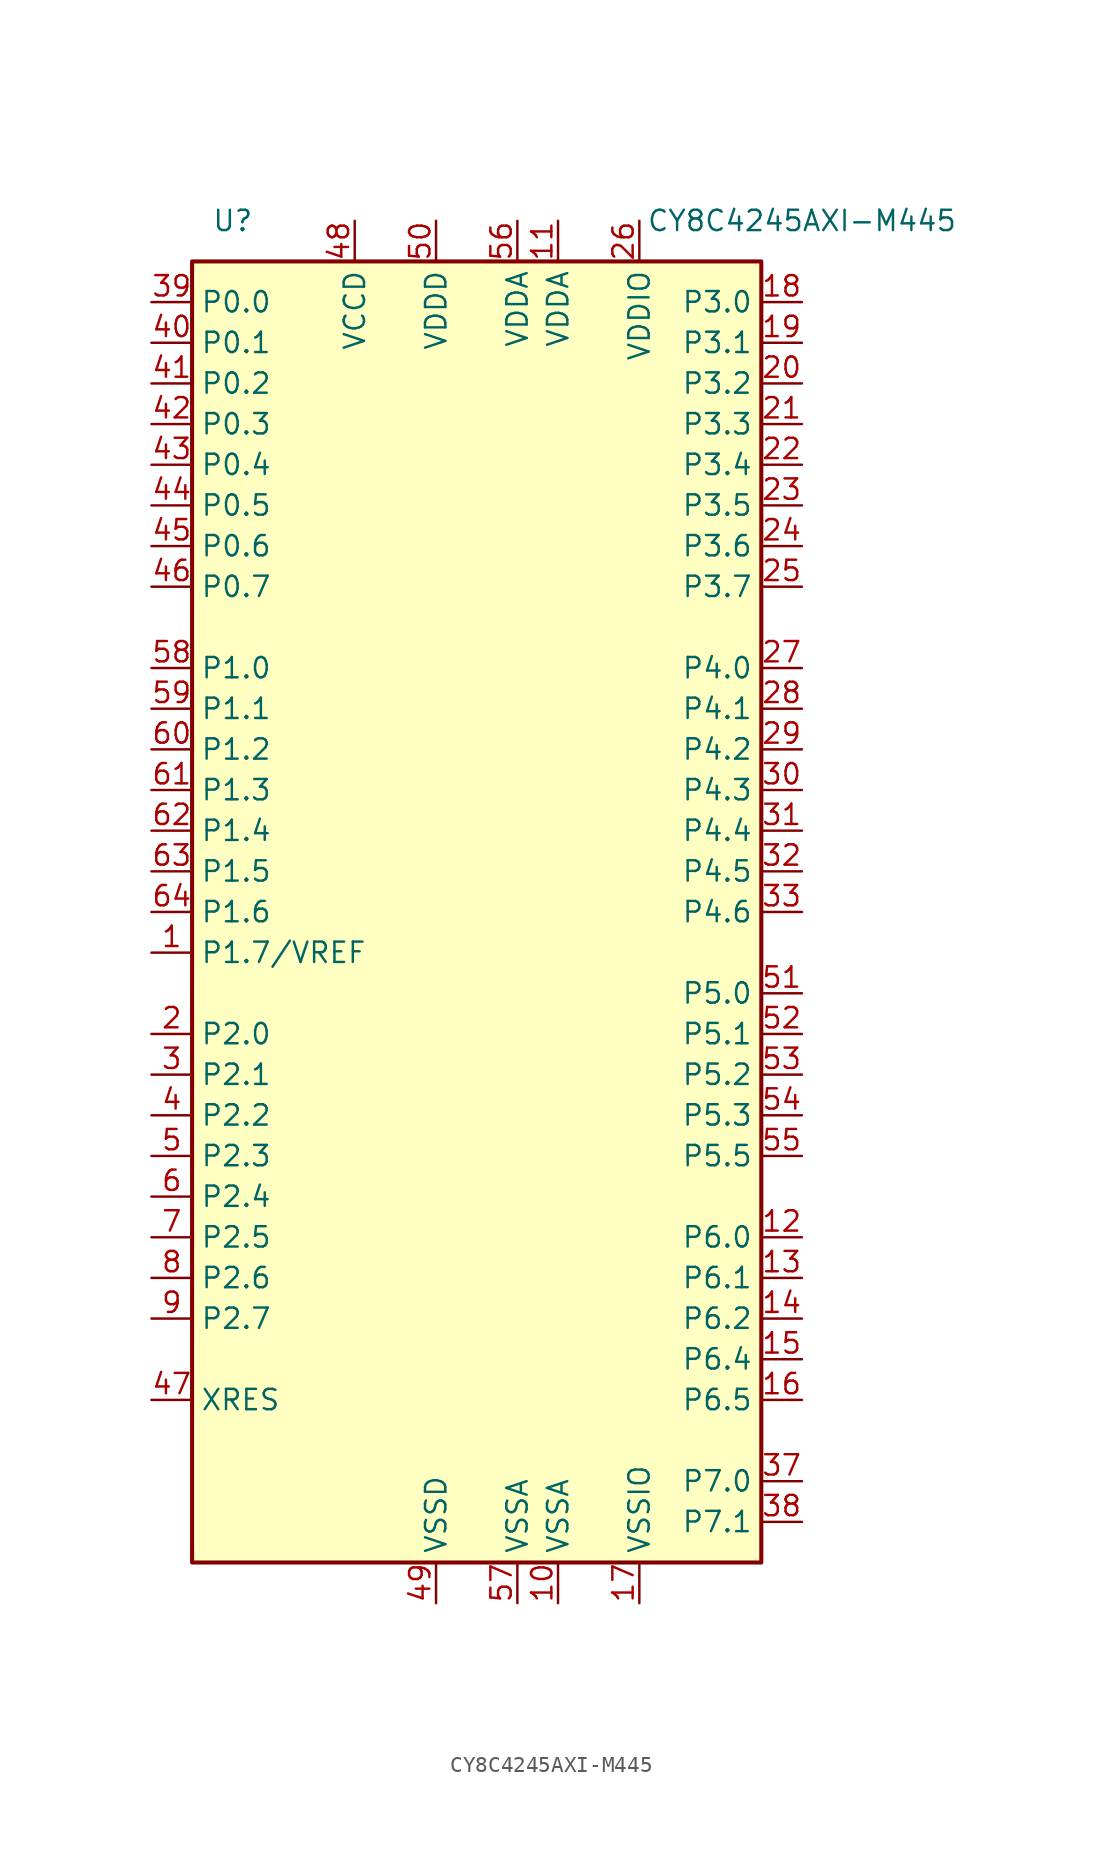
<source format=kicad_sym>
(kicad_symbol_lib
  (version 20241209)
  (generator "kicad_symbol_editor")
  (generator_version "9.0")
  (symbol "CY8C4245AXI-M445"
    (property "Reference" "U"
      (at -15.24 43.18 0)
      (effects (font (size 1.27 1.27))))
    (property "Value" "CY8C4245AXI-M445"
      (at 20.32 43.18 0)
      (effects (font (size 1.27 1.27))))
    (symbol "CY8C4245AXI-M445_0_1"
      (rectangle (start -17.78 40.64) (end 17.78 -40.64) (stroke (width 0.254) (type default)) (fill (type background))))
    (symbol "CY8C4245AXI-M445_1_1"
      (pin bidirectional line (at -20.32 38.1 0) (length 2.54) (name "P0.0" (effects (font (size 1.27 1.27)))) (number "39" (effects (font (size 1.27 1.27)))))
      (pin bidirectional line (at -20.32 35.56 0) (length 2.54) (name "P0.1" (effects (font (size 1.27 1.27)))) (number "40" (effects (font (size 1.27 1.27)))))
      (pin bidirectional line (at -20.32 33.02 0) (length 2.54) (name "P0.2" (effects (font (size 1.27 1.27)))) (number "41" (effects (font (size 1.27 1.27)))))
      (pin bidirectional line (at -20.32 30.48 0) (length 2.54) (name "P0.3" (effects (font (size 1.27 1.27)))) (number "42" (effects (font (size 1.27 1.27)))))
      (pin bidirectional line (at -20.32 27.94 0) (length 2.54) (name "P0.4" (effects (font (size 1.27 1.27)))) (number "43" (effects (font (size 1.27 1.27)))))
      (pin bidirectional line (at -20.32 25.4 0) (length 2.54) (name "P0.5" (effects (font (size 1.27 1.27)))) (number "44" (effects (font (size 1.27 1.27)))))
      (pin bidirectional line (at -20.32 22.86 0) (length 2.54) (name "P0.6" (effects (font (size 1.27 1.27)))) (number "45" (effects (font (size 1.27 1.27)))))
      (pin bidirectional line (at -20.32 20.32 0) (length 2.54) (name "P0.7" (effects (font (size 1.27 1.27)))) (number "46" (effects (font (size 1.27 1.27)))))
      (pin bidirectional line (at -20.32 15.24 0) (length 2.54) (name "P1.0" (effects (font (size 1.27 1.27)))) (number "58" (effects (font (size 1.27 1.27)))))
      (pin bidirectional line (at -20.32 12.7 0) (length 2.54) (name "P1.1" (effects (font (size 1.27 1.27)))) (number "59" (effects (font (size 1.27 1.27)))))
      (pin bidirectional line (at -20.32 10.16 0) (length 2.54) (name "P1.2" (effects (font (size 1.27 1.27)))) (number "60" (effects (font (size 1.27 1.27)))))
      (pin bidirectional line (at -20.32 7.62 0) (length 2.54) (name "P1.3" (effects (font (size 1.27 1.27)))) (number "61" (effects (font (size 1.27 1.27)))))
      (pin bidirectional line (at -20.32 5.08 0) (length 2.54) (name "P1.4" (effects (font (size 1.27 1.27)))) (number "62" (effects (font (size 1.27 1.27)))))
      (pin bidirectional line (at -20.32 2.54 0) (length 2.54) (name "P1.5" (effects (font (size 1.27 1.27)))) (number "63" (effects (font (size 1.27 1.27)))))
      (pin bidirectional line (at -20.32 0 0) (length 2.54) (name "P1.6" (effects (font (size 1.27 1.27)))) (number "64" (effects (font (size 1.27 1.27)))))
      (pin bidirectional line (at -20.32 -2.54 0) (length 2.54) (name "P1.7/VREF" (effects (font (size 1.27 1.27)))) (number "1" (effects (font (size 1.27 1.27)))))
      (pin bidirectional line (at -20.32 -7.62 0) (length 2.54) (name "P2.0" (effects (font (size 1.27 1.27)))) (number "2" (effects (font (size 1.27 1.27)))))
      (pin bidirectional line (at -20.32 -10.16 0) (length 2.54) (name "P2.1" (effects (font (size 1.27 1.27)))) (number "3" (effects (font (size 1.27 1.27)))))
      (pin bidirectional line (at -20.32 -12.7 0) (length 2.54) (name "P2.2" (effects (font (size 1.27 1.27)))) (number "4" (effects (font (size 1.27 1.27)))))
      (pin bidirectional line (at -20.32 -15.24 0) (length 2.54) (name "P2.3" (effects (font (size 1.27 1.27)))) (number "5" (effects (font (size 1.27 1.27)))))
      (pin bidirectional line (at -20.32 -17.78 0) (length 2.54) (name "P2.4" (effects (font (size 1.27 1.27)))) (number "6" (effects (font (size 1.27 1.27)))))
      (pin bidirectional line (at -20.32 -20.32 0) (length 2.54) (name "P2.5" (effects (font (size 1.27 1.27)))) (number "7" (effects (font (size 1.27 1.27)))))
      (pin bidirectional line (at -20.32 -22.86 0) (length 2.54) (name "P2.6" (effects (font (size 1.27 1.27)))) (number "8" (effects (font (size 1.27 1.27)))))
      (pin bidirectional line (at -20.32 -25.4 0) (length 2.54) (name "P2.7" (effects (font (size 1.27 1.27)))) (number "9" (effects (font (size 1.27 1.27)))))
      (pin input line (at -20.32 -30.48 0) (length 2.54) (name "XRES" (effects (font (size 1.27 1.27)))) (number "47" (effects (font (size 1.27 1.27)))))
      (pin power_out line (at -7.62 43.18 270) (length 2.54) (name "VCCD" (effects (font (size 1.27 1.27)))) (number "48" (effects (font (size 1.27 1.27)))))
      (pin power_in line (at -2.54 43.18 270) (length 2.54) (name "VDDD" (effects (font (size 1.27 1.27)))) (number "50" (effects (font (size 1.27 1.27)))))
      (pin power_in line (at -2.54 -43.18 90) (length 2.54) (name "VSSD" (effects (font (size 1.27 1.27)))) (number "49" (effects (font (size 1.27 1.27)))))
      (pin power_in line (at 2.54 43.18 270) (length 2.54) (name "VDDA" (effects (font (size 1.27 1.27)))) (number "56" (effects (font (size 1.27 1.27)))))
      (pin power_in line (at 2.54 -43.18 90) (length 2.54) (name "VSSA" (effects (font (size 1.27 1.27)))) (number "57" (effects (font (size 1.27 1.27)))))
      (pin power_in line (at 5.08 43.18 270) (length 2.54) (name "VDDA" (effects (font (size 1.27 1.27)))) (number "11" (effects (font (size 1.27 1.27)))))
      (pin power_in line (at 5.08 -43.18 90) (length 2.54) (name "VSSA" (effects (font (size 1.27 1.27)))) (number "10" (effects (font (size 1.27 1.27)))))
      (pin power_in line (at 10.16 43.18 270) (length 2.54) (name "VDDIO" (effects (font (size 1.27 1.27)))) (number "26" (effects (font (size 1.27 1.27)))))
      (pin power_in line (at 10.16 -43.18 90) (length 2.54) (name "VSSIO" (effects (font (size 1.27 1.27)))) (number "17" (effects (font (size 1.27 1.27)))))
      (pin bidirectional line (at 20.32 38.1 180) (length 2.54) (name "P3.0" (effects (font (size 1.27 1.27)))) (number "18" (effects (font (size 1.27 1.27)))))
      (pin bidirectional line (at 20.32 35.56 180) (length 2.54) (name "P3.1" (effects (font (size 1.27 1.27)))) (number "19" (effects (font (size 1.27 1.27)))))
      (pin bidirectional line (at 20.32 33.02 180) (length 2.54) (name "P3.2" (effects (font (size 1.27 1.27)))) (number "20" (effects (font (size 1.27 1.27)))))
      (pin bidirectional line (at 20.32 30.48 180) (length 2.54) (name "P3.3" (effects (font (size 1.27 1.27)))) (number "21" (effects (font (size 1.27 1.27)))))
      (pin bidirectional line (at 20.32 27.94 180) (length 2.54) (name "P3.4" (effects (font (size 1.27 1.27)))) (number "22" (effects (font (size 1.27 1.27)))))
      (pin bidirectional line (at 20.32 25.4 180) (length 2.54) (name "P3.5" (effects (font (size 1.27 1.27)))) (number "23" (effects (font (size 1.27 1.27)))))
      (pin bidirectional line (at 20.32 22.86 180) (length 2.54) (name "P3.6" (effects (font (size 1.27 1.27)))) (number "24" (effects (font (size 1.27 1.27)))))
      (pin bidirectional line (at 20.32 20.32 180) (length 2.54) (name "P3.7" (effects (font (size 1.27 1.27)))) (number "25" (effects (font (size 1.27 1.27)))))
      (pin bidirectional line (at 20.32 15.24 180) (length 2.54) (name "P4.0" (effects (font (size 1.27 1.27)))) (number "27" (effects (font (size 1.27 1.27)))))
      (pin bidirectional line (at 20.32 12.7 180) (length 2.54) (name "P4.1" (effects (font (size 1.27 1.27)))) (number "28" (effects (font (size 1.27 1.27)))))
      (pin bidirectional line (at 20.32 10.16 180) (length 2.54) (name "P4.2" (effects (font (size 1.27 1.27)))) (number "29" (effects (font (size 1.27 1.27)))))
      (pin bidirectional line (at 20.32 7.62 180) (length 2.54) (name "P4.3" (effects (font (size 1.27 1.27)))) (number "30" (effects (font (size 1.27 1.27)))))
      (pin bidirectional line (at 20.32 5.08 180) (length 2.54) (name "P4.4" (effects (font (size 1.27 1.27)))) (number "31" (effects (font (size 1.27 1.27)))))
      (pin bidirectional line (at 20.32 2.54 180) (length 2.54) (name "P4.5" (effects (font (size 1.27 1.27)))) (number "32" (effects (font (size 1.27 1.27)))))
      (pin bidirectional line (at 20.32 0 180) (length 2.54) (name "P4.6" (effects (font (size 1.27 1.27)))) (number "33" (effects (font (size 1.27 1.27)))))
      (pin bidirectional line (at 20.32 -5.08 180) (length 2.54) (name "P5.0" (effects (font (size 1.27 1.27)))) (number "51" (effects (font (size 1.27 1.27)))))
      (pin bidirectional line (at 20.32 -7.62 180) (length 2.54) (name "P5.1" (effects (font (size 1.27 1.27)))) (number "52" (effects (font (size 1.27 1.27)))))
      (pin bidirectional line (at 20.32 -10.16 180) (length 2.54) (name "P5.2" (effects (font (size 1.27 1.27)))) (number "53" (effects (font (size 1.27 1.27)))))
      (pin bidirectional line (at 20.32 -12.7 180) (length 2.54) (name "P5.3" (effects (font (size 1.27 1.27)))) (number "54" (effects (font (size 1.27 1.27)))))
      (pin bidirectional line (at 20.32 -15.24 180) (length 2.54) (name "P5.5" (effects (font (size 1.27 1.27)))) (number "55" (effects (font (size 1.27 1.27)))))
      (pin bidirectional line (at 20.32 -20.32 180) (length 2.54) (name "P6.0" (effects (font (size 1.27 1.27)))) (number "12" (effects (font (size 1.27 1.27)))))
      (pin bidirectional line (at 20.32 -22.86 180) (length 2.54) (name "P6.1" (effects (font (size 1.27 1.27)))) (number "13" (effects (font (size 1.27 1.27)))))
      (pin bidirectional line (at 20.32 -25.4 180) (length 2.54) (name "P6.2" (effects (font (size 1.27 1.27)))) (number "14" (effects (font (size 1.27 1.27)))))
      (pin bidirectional line (at 20.32 -27.94 180) (length 2.54) (name "P6.4" (effects (font (size 1.27 1.27)))) (number "15" (effects (font (size 1.27 1.27)))))
      (pin bidirectional line (at 20.32 -30.48 180) (length 2.54) (name "P6.5" (effects (font (size 1.27 1.27)))) (number "16" (effects (font (size 1.27 1.27)))))
      (pin bidirectional line (at 20.32 -35.56 180) (length 2.54) (name "P7.0" (effects (font (size 1.27 1.27)))) (number "37" (effects (font (size 1.27 1.27)))))
      (pin bidirectional line (at 20.32 -38.1 180) (length 2.54) (name "P7.1" (effects (font (size 1.27 1.27)))) (number "38" (effects (font (size 1.27 1.27))))))))
</source>
